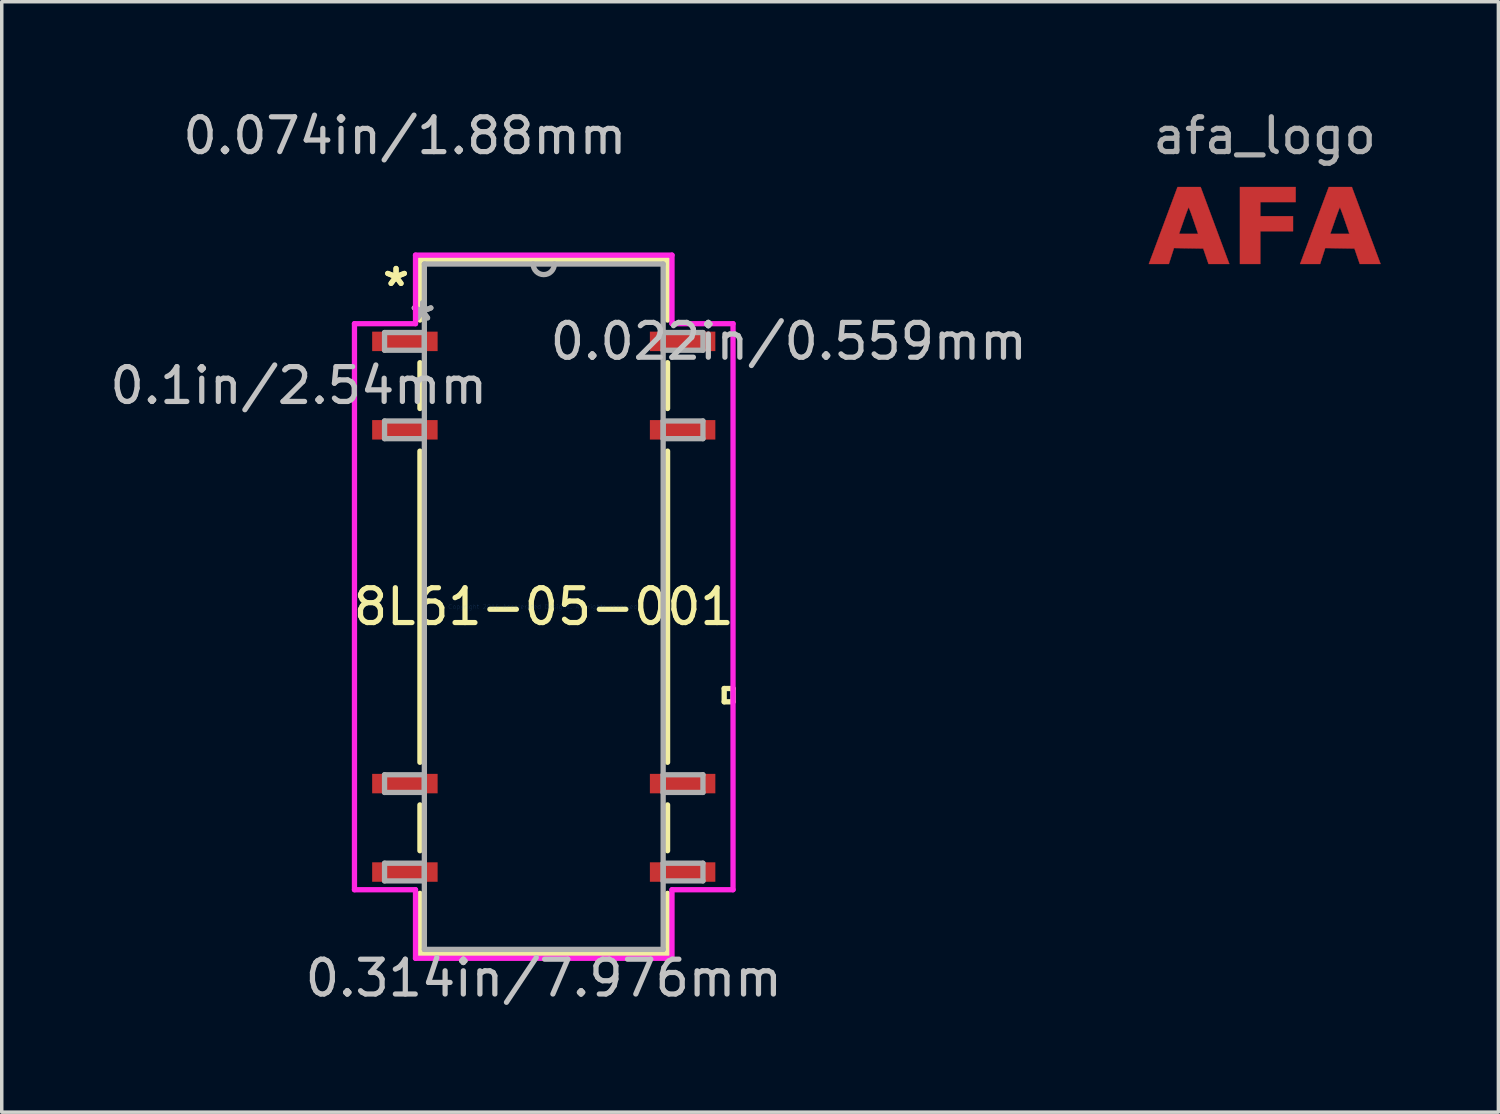
<source format=kicad_pcb>
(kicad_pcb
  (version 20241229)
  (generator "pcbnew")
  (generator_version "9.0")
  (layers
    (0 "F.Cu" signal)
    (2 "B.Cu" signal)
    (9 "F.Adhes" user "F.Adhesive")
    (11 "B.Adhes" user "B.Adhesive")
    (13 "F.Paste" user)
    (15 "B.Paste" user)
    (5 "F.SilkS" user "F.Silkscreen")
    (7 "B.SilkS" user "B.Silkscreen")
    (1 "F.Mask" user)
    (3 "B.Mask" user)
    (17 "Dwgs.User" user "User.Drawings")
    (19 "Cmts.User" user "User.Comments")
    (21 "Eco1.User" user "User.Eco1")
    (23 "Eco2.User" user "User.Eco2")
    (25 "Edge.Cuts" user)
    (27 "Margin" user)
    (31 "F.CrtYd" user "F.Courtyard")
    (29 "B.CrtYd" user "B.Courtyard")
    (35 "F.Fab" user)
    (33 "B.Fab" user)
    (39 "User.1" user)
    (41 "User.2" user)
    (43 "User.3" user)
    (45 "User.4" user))
  (footprint "afa_logo"
    (layer "F.Cu")
    (at 33.271 3.388)
    (property "Reference" "afa_logo" (at 0 -2.54 0) (layer "F.Fab") (effects (font (size 1 1) (thickness 0.15))))
    (attr through_hole)
    (fp_poly (pts (xy 0.889 -0.635) (xy -0.127 -0.635) (xy -0.127 -0.229) (xy 0.813 -0.229) (xy 0.813 0.203) (xy -0.127 0.203) (xy -0.127 1.143) (xy -0.711 1.143) (xy -0.711 -1.067) (xy 0.889 -1.067) (xy 0.889 -0.635)) (stroke (width 0.01) (type solid)) (fill yes) (layer "F.Cu"))
    (fp_poly (pts (xy -1.488 -0.121) (xy -1.408 0.094) (xy -1.331 0.3) (xy -1.26 0.491) (xy -1.197 0.66) (xy -1.144 0.802) (xy -1.104 0.909) (xy -1.079 0.977) (xy -1.076 0.984) (xy -1.016 1.143) (xy -1.613 1.143) (xy -1.765 0.699) (xy -2.606 0.685) (xy -2.68 0.914) (xy -2.753 1.143) (xy -3.327 1.143) (xy -3.268 0.984) (xy -3.246 0.925) (xy -3.208 0.825) (xy -3.158 0.689) (xy -3.096 0.524) (xy -3.027 0.337) (xy -3.005 0.279) (xy -2.461 0.279) (xy -1.911 0.279) (xy -2.041 -0.101) (xy -2.086 -0.231) (xy -2.126 -0.341) (xy -2.158 -0.425) (xy -2.179 -0.473) (xy -2.184 -0.482) (xy -2.197 -0.459) (xy -2.222 -0.397) (xy -2.258 -0.302) (xy -2.3 -0.184) (xy -2.329 -0.101) (xy -2.461 0.279) (xy -3.005 0.279) (xy -2.951 0.134) (xy -2.871 -0.08) (xy -2.856 -0.121) (xy -2.503 -1.067) (xy -1.84 -1.067) (xy -1.488 -0.121)) (stroke (width 0.01) (type solid)) (fill yes) (layer "F.Cu"))
    (fp_poly (pts (xy 2.856 -0.121) (xy 2.936 0.094) (xy 3.012 0.3) (xy 3.084 0.491) (xy 3.147 0.66) (xy 3.199 0.802) (xy 3.24 0.909) (xy 3.265 0.977) (xy 3.268 0.984) (xy 3.327 1.143) (xy 2.73 1.143) (xy 2.578 0.699) (xy 1.737 0.685) (xy 1.664 0.914) (xy 1.591 1.143) (xy 1.016 1.143) (xy 1.076 0.984) (xy 1.098 0.925) (xy 1.135 0.825) (xy 1.186 0.689) (xy 1.247 0.524) (xy 1.317 0.337) (xy 1.338 0.279) (xy 1.882 0.279) (xy 2.433 0.279) (xy 2.302 -0.101) (xy 2.257 -0.231) (xy 2.217 -0.341) (xy 2.185 -0.425) (xy 2.165 -0.473) (xy 2.159 -0.482) (xy 2.147 -0.459) (xy 2.121 -0.397) (xy 2.086 -0.302) (xy 2.043 -0.184) (xy 2.014 -0.101) (xy 1.882 0.279) (xy 1.338 0.279) (xy 1.393 0.134) (xy 1.472 -0.08) (xy 1.488 -0.121) (xy 1.841 -1.067) (xy 2.503 -1.067) (xy 2.856 -0.121)) (stroke (width 0.01) (type solid)) (fill yes) (layer "F.Cu"))
    (fp_poly (pts (xy 2.337 -1.447) (xy 2.461 -1.445) (xy 2.551 -1.44) (xy 2.616 -1.432) (xy 2.665 -1.42) (xy 2.707 -1.403) (xy 2.715 -1.398) (xy 2.74 -1.386) (xy 2.762 -1.373) (xy 2.782 -1.357) (xy 2.803 -1.332) (xy 2.825 -1.296) (xy 2.851 -1.245) (xy 2.883 -1.174) (xy 2.922 -1.079) (xy 2.97 -0.958) (xy 3.028 -0.806) (xy 3.099 -0.618) (xy 3.183 -0.392) (xy 3.283 -0.124) (xy 3.315 -0.038) (xy 3.415 0.231) (xy 3.498 0.457) (xy 3.565 0.644) (xy 3.618 0.798) (xy 3.657 0.922) (xy 3.684 1.022) (xy 3.7 1.102) (xy 3.706 1.166) (xy 3.703 1.219) (xy 3.693 1.266) (xy 3.676 1.31) (xy 3.664 1.335) (xy 3.628 1.399) (xy 3.582 1.447) (xy 3.519 1.481) (xy 3.433 1.504) (xy 3.316 1.517) (xy 3.16 1.523) (xy 3.023 1.524) (xy 2.864 1.523) (xy 2.747 1.52) (xy 2.662 1.515) (xy 2.601 1.505) (xy 2.553 1.491) (xy 2.517 1.475) (xy 2.442 1.417) (xy 2.379 1.325) (xy 2.322 1.192) (xy 2.3 1.124) (xy 2.282 1.089) (xy 2.246 1.072) (xy 2.178 1.067) (xy 2.159 1.067) (xy 2.082 1.07) (xy 2.041 1.084) (xy 2.021 1.115) (xy 2.018 1.124) (xy 1.963 1.276) (xy 1.903 1.385) (xy 1.833 1.455) (xy 1.801 1.475) (xy 1.756 1.494) (xy 1.706 1.508) (xy 1.639 1.516) (xy 1.548 1.521) (xy 1.421 1.524) (xy 1.31 1.524) (xy 1.126 1.522) (xy 0.986 1.514) (xy 0.881 1.498) (xy 0.805 1.472) (xy 0.749 1.434) (xy 0.706 1.382) (xy 0.683 1.341) (xy 0.645 1.227) (xy 0.64 1.095) (xy 0.67 0.94) (xy 0.711 0.813) (xy 0.745 0.719) (xy 0.772 0.644) (xy 0.786 0.601) (xy 0.787 0.595) (xy 0.764 0.591) (xy 0.7 0.587) (xy 0.606 0.585) (xy 0.521 0.584) (xy 0.254 0.584) (xy 0.254 0.915) (xy 0.253 1.06) (xy 0.248 1.165) (xy 0.239 1.24) (xy 0.225 1.297) (xy 0.206 1.341) (xy 0.181 1.387) (xy 0.154 1.425) (xy 0.12 1.454) (xy 0.074 1.478) (xy 0.011 1.495) (xy -0.074 1.507) (xy -0.187 1.515) (xy -0.333 1.52) (xy -0.517 1.522) (xy -0.744 1.523) (xy -0.878 1.523) (xy -1.111 1.523) (xy -1.298 1.522) (xy -1.446 1.521) (xy -1.56 1.518) (xy -1.646 1.514) (xy -1.709 1.508) (xy -1.755 1.5) (xy -1.79 1.49) (xy -1.82 1.478) (xy -1.827 1.474) (xy -1.902 1.417) (xy -1.966 1.323) (xy -2.023 1.187) (xy -2.044 1.124) (xy -2.061 1.089) (xy -2.097 1.072) (xy -2.166 1.067) (xy -2.184 1.067) (xy -2.261 1.07) (xy -2.302 1.084) (xy -2.322 1.115) (xy -2.325 1.124) (xy -2.38 1.276) (xy -2.441 1.385) (xy -2.511 1.455) (xy -2.543 1.475) (xy -2.586 1.494) (xy -2.636 1.507) (xy -2.701 1.516) (xy -2.79 1.521) (xy -2.914 1.523) (xy -3.041 1.523) (xy -3.199 1.522) (xy -3.316 1.518) (xy -3.401 1.512) (xy -3.461 1.501) (xy -3.507 1.486) (xy -3.528 1.476) (xy -3.6 1.421) (xy -3.658 1.349) (xy -3.66 1.344) (xy -3.682 1.299) (xy -3.698 1.255) (xy -3.706 1.206) (xy -3.706 1.148) (xy -3.697 1.077) (xy -3.676 0.989) (xy -3.644 0.878) (xy -3.599 0.74) (xy -3.54 0.571) (xy -3.465 0.365) (xy -3.374 0.12) (xy -3.315 -0.04) (xy -3.21 -0.321) (xy -3.121 -0.559) (xy -3.047 -0.757) (xy -2.985 -0.918) (xy -2.935 -1.048) (xy -2.893 -1.15) (xy -2.86 -1.227) (xy -2.832 -1.284) (xy -2.809 -1.324) (xy -2.788 -1.351) (xy -2.767 -1.369) (xy -2.746 -1.382) (xy -2.723 -1.395) (xy -2.715 -1.398) (xy -2.674 -1.417) (xy -2.627 -1.43) (xy -2.566 -1.439) (xy -2.482 -1.444) (xy -2.366 -1.447) (xy -2.21 -1.448) (xy -2.172 -1.448) (xy -2.006 -1.447) (xy -1.883 -1.445) (xy -1.793 -1.44) (xy -1.728 -1.432) (xy -1.679 -1.42) (xy -1.637 -1.403) (xy -1.627 -1.398) (xy -1.593 -1.379) (xy -1.563 -1.354) (xy -1.534 -1.32) (xy -1.504 -1.27) (xy -1.469 -1.198) (xy -1.427 -1.101) (xy -1.376 -0.971) (xy -1.313 -0.804) (xy -1.241 -0.61) (xy -1.105 -0.241) (xy -1.092 -0.724) (xy -1.086 -0.914) (xy -1.078 -1.06) (xy -1.067 -1.17) (xy -1.049 -1.25) (xy -1.024 -1.307) (xy -0.99 -1.348) (xy -0.944 -1.381) (xy -0.91 -1.399) (xy -0.882 -1.412) (xy -0.85 -1.422) (xy -0.808 -1.431) (xy -0.751 -1.437) (xy -0.673 -1.441) (xy -0.569 -1.444) (xy -0.434 -1.446) (xy -0.262 -1.447) (xy -0.047 -1.448) (xy 0.087 -1.448) (xy 0.329 -1.448) (xy 0.525 -1.447) (xy 0.681 -1.445) (xy 0.802 -1.442) (xy 0.895 -1.438) (xy 0.963 -1.433) (xy 1.013 -1.425) (xy 1.05 -1.416) (xy 1.08 -1.404) (xy 1.081 -1.404) (xy 1.161 -1.351) (xy 1.217 -1.275) (xy 1.252 -1.17) (xy 1.269 -1.028) (xy 1.271 -0.934) (xy 1.272 -0.699) (xy 1.335 -0.864) (xy 1.403 -1.044) (xy 1.46 -1.183) (xy 1.513 -1.286) (xy 1.571 -1.358) (xy 1.64 -1.405) (xy 1.729 -1.432) (xy 1.846 -1.444) (xy 1.998 -1.448) (xy 2.172 -1.448) (xy 2.337 -1.447)) (stroke (width 0.01) (type solid)) (fill yes) (layer "F.Mask")))
  (footprint "8L61-05-001"
    (layer "F.Cu")
    (at 12.566 14.374)
    (property "Reference" "8L61-05-001" (at 0 0 0) (layer "F.SilkS") (effects (font (size 1 1) (thickness 0.15))))
    (attr through_hole)
    (fp_line (start -3.556 -9.97) (end -3.556 -8.232) (stroke (width 0.152) (type solid)) (layer "F.SilkS"))
    (fp_line (start -3.556 -7.008) (end -3.556 -5.692) (stroke (width 0.152) (type solid)) (layer "F.SilkS"))
    (fp_line (start -3.556 -4.468) (end -3.556 4.468) (stroke (width 0.152) (type solid)) (layer "F.SilkS"))
    (fp_line (start -3.556 5.692) (end -3.556 7.008) (stroke (width 0.152) (type solid)) (layer "F.SilkS"))
    (fp_line (start -3.556 8.232) (end -3.556 9.97) (stroke (width 0.152) (type solid)) (layer "F.SilkS"))
    (fp_line (start -3.556 9.97) (end 3.556 9.97) (stroke (width 0.152) (type solid)) (layer "F.SilkS"))
    (fp_line (start 3.556 -9.97) (end -3.556 -9.97) (stroke (width 0.152) (type solid)) (layer "F.SilkS"))
    (fp_line (start 3.556 -8.232) (end 3.556 -9.97) (stroke (width 0.152) (type solid)) (layer "F.SilkS"))
    (fp_line (start 3.556 -5.692) (end 3.556 -7.008) (stroke (width 0.152) (type solid)) (layer "F.SilkS"))
    (fp_line (start 3.556 4.468) (end 3.556 -4.468) (stroke (width 0.152) (type solid)) (layer "F.SilkS"))
    (fp_line (start 3.556 7.008) (end 3.556 5.692) (stroke (width 0.152) (type solid)) (layer "F.SilkS"))
    (fp_line (start 3.556 9.97) (end 3.556 8.232) (stroke (width 0.152) (type solid)) (layer "F.SilkS"))
    (fp_line (start 5.182 2.349) (end 5.436 2.349) (stroke (width 0.152) (type solid)) (layer "F.SilkS"))
    (fp_line (start 5.182 2.731) (end 5.182 2.349) (stroke (width 0.152) (type solid)) (layer "F.SilkS"))
    (fp_line (start 5.436 2.349) (end 5.436 2.731) (stroke (width 0.152) (type solid)) (layer "F.SilkS"))
    (fp_line (start 5.436 2.731) (end 5.182 2.731) (stroke (width 0.152) (type solid)) (layer "F.SilkS"))
    (fp_line (start -5.436 -8.128) (end -3.683 -8.128) (stroke (width 0.152) (type solid)) (layer "F.CrtYd"))
    (fp_line (start -5.436 8.128) (end -5.436 -8.128) (stroke (width 0.152) (type solid)) (layer "F.CrtYd"))
    (fp_line (start -3.683 -10.097) (end 3.683 -10.097) (stroke (width 0.152) (type solid)) (layer "F.CrtYd"))
    (fp_line (start -3.683 -8.128) (end -3.683 -10.097) (stroke (width 0.152) (type solid)) (layer "F.CrtYd"))
    (fp_line (start -3.683 8.128) (end -5.436 8.128) (stroke (width 0.152) (type solid)) (layer "F.CrtYd"))
    (fp_line (start -3.683 10.097) (end -3.683 8.128) (stroke (width 0.152) (type solid)) (layer "F.CrtYd"))
    (fp_line (start 3.683 -10.097) (end 3.683 -8.128) (stroke (width 0.152) (type solid)) (layer "F.CrtYd"))
    (fp_line (start 3.683 -8.128) (end 5.436 -8.128) (stroke (width 0.152) (type solid)) (layer "F.CrtYd"))
    (fp_line (start 3.683 8.128) (end 3.683 10.097) (stroke (width 0.152) (type solid)) (layer "F.CrtYd"))
    (fp_line (start 3.683 10.097) (end -3.683 10.097) (stroke (width 0.152) (type solid)) (layer "F.CrtYd"))
    (fp_line (start 5.436 -8.128) (end 5.436 8.128) (stroke (width 0.152) (type solid)) (layer "F.CrtYd"))
    (fp_line (start 5.436 8.128) (end 3.683 8.128) (stroke (width 0.152) (type solid)) (layer "F.CrtYd"))
    (fp_line (start -4.572 -7.874) (end -4.572 -7.366) (stroke (width 0.152) (type solid)) (layer "F.Fab"))
    (fp_line (start -4.572 -7.366) (end -3.429 -7.366) (stroke (width 0.152) (type solid)) (layer "F.Fab"))
    (fp_line (start -4.572 -5.334) (end -4.572 -4.826) (stroke (width 0.152) (type solid)) (layer "F.Fab"))
    (fp_line (start -4.572 -4.826) (end -3.429 -4.826) (stroke (width 0.152) (type solid)) (layer "F.Fab"))
    (fp_line (start -4.572 4.826) (end -4.572 5.334) (stroke (width 0.152) (type solid)) (layer "F.Fab"))
    (fp_line (start -4.572 5.334) (end -3.429 5.334) (stroke (width 0.152) (type solid)) (layer "F.Fab"))
    (fp_line (start -4.572 7.366) (end -4.572 7.874) (stroke (width 0.152) (type solid)) (layer "F.Fab"))
    (fp_line (start -4.572 7.874) (end -3.429 7.874) (stroke (width 0.152) (type solid)) (layer "F.Fab"))
    (fp_line (start -3.429 -9.842) (end -3.429 9.842) (stroke (width 0.152) (type solid)) (layer "F.Fab"))
    (fp_line (start -3.429 -7.874) (end -4.572 -7.874) (stroke (width 0.152) (type solid)) (layer "F.Fab"))
    (fp_line (start -3.429 -7.366) (end -3.429 -7.874) (stroke (width 0.152) (type solid)) (layer "F.Fab"))
    (fp_line (start -3.429 -5.334) (end -4.572 -5.334) (stroke (width 0.152) (type solid)) (layer "F.Fab"))
    (fp_line (start -3.429 -4.826) (end -3.429 -5.334) (stroke (width 0.152) (type solid)) (layer "F.Fab"))
    (fp_line (start -3.429 4.826) (end -4.572 4.826) (stroke (width 0.152) (type solid)) (layer "F.Fab"))
    (fp_line (start -3.429 5.334) (end -3.429 4.826) (stroke (width 0.152) (type solid)) (layer "F.Fab"))
    (fp_line (start -3.429 7.366) (end -4.572 7.366) (stroke (width 0.152) (type solid)) (layer "F.Fab"))
    (fp_line (start -3.429 7.874) (end -3.429 7.366) (stroke (width 0.152) (type solid)) (layer "F.Fab"))
    (fp_line (start -3.429 9.842) (end 3.429 9.842) (stroke (width 0.152) (type solid)) (layer "F.Fab"))
    (fp_line (start 3.429 -9.842) (end -3.429 -9.842) (stroke (width 0.152) (type solid)) (layer "F.Fab"))
    (fp_line (start 3.429 -7.874) (end 3.429 -7.366) (stroke (width 0.152) (type solid)) (layer "F.Fab"))
    (fp_line (start 3.429 -7.366) (end 4.572 -7.366) (stroke (width 0.152) (type solid)) (layer "F.Fab"))
    (fp_line (start 3.429 -5.334) (end 3.429 -4.826) (stroke (width 0.152) (type solid)) (layer "F.Fab"))
    (fp_line (start 3.429 -4.826) (end 4.572 -4.826) (stroke (width 0.152) (type solid)) (layer "F.Fab"))
    (fp_line (start 3.429 4.826) (end 3.429 5.334) (stroke (width 0.152) (type solid)) (layer "F.Fab"))
    (fp_line (start 3.429 5.334) (end 4.572 5.334) (stroke (width 0.152) (type solid)) (layer "F.Fab"))
    (fp_line (start 3.429 7.366) (end 3.429 7.874) (stroke (width 0.152) (type solid)) (layer "F.Fab"))
    (fp_line (start 3.429 7.874) (end 4.572 7.874) (stroke (width 0.152) (type solid)) (layer "F.Fab"))
    (fp_line (start 3.429 9.842) (end 3.429 -9.842) (stroke (width 0.152) (type solid)) (layer "F.Fab"))
    (fp_line (start 4.572 -7.874) (end 3.429 -7.874) (stroke (width 0.152) (type solid)) (layer "F.Fab"))
    (fp_line (start 4.572 -7.366) (end 4.572 -7.874) (stroke (width 0.152) (type solid)) (layer "F.Fab"))
    (fp_line (start 4.572 -5.334) (end 3.429 -5.334) (stroke (width 0.152) (type solid)) (layer "F.Fab"))
    (fp_line (start 4.572 -4.826) (end 4.572 -5.334) (stroke (width 0.152) (type solid)) (layer "F.Fab"))
    (fp_line (start 4.572 4.826) (end 3.429 4.826) (stroke (width 0.152) (type solid)) (layer "F.Fab"))
    (fp_line (start 4.572 5.334) (end 4.572 4.826) (stroke (width 0.152) (type solid)) (layer "F.Fab"))
    (fp_line (start 4.572 7.366) (end 3.429 7.366) (stroke (width 0.152) (type solid)) (layer "F.Fab"))
    (fp_line (start 4.572 7.874) (end 4.572 7.366) (stroke (width 0.152) (type solid)) (layer "F.Fab"))
    (fp_arc (start 0.3048 -9.8425) (mid 0 -9.5377) (end -0.3048 -9.8425) (stroke (width 0.1524) (type solid)) (layer "F.Fab"))
    (fp_text user "*" (at -4.242 -9.169 0) (layer "F.SilkS") (effects (font (size 1 1) (thickness 0.15))))
    (fp_text user "*" (at -4.242 -9.169 0) (layer "F.SilkS") (effects (font (size 1 1) (thickness 0.15))))
    (fp_text user "0.074in/1.88mm" (at -3.988 -13.525 0) (layer "Dwgs.User") (effects (font (size 1 1) (thickness 0.15))))
    (fp_text user "0.314in/7.976mm" (at 0 10.668 0) (layer "Dwgs.User") (effects (font (size 1 1) (thickness 0.15))))
    (fp_text user "0.022in/0.559mm" (at 7.036 -7.62 0) (layer "Dwgs.User") (effects (font (size 1 1) (thickness 0.15))))
    (fp_text user "0.1in/2.54mm" (at -7.036 -6.35 0) (layer "Dwgs.User") (effects (font (size 1 1) (thickness 0.15))))
    (fp_text user "Copyright 2016 Accelerated Designs. All rights reserved." (at 0 0 0) (layer "Cmts.User") (effects (font (size 0.127 0.127) (thickness 0.002))))
    (fp_text user "*" (at -3.48 -8.179 0) (layer "F.Fab") (effects (font (size 1 1) (thickness 0.15))))
    (fp_text user "*" (at -3.48 -8.179 0) (layer "F.Fab") (effects (font (size 1 1) (thickness 0.15))))
    (pad "1" smd rect (at -3.988 -7.62) (size 1.88 0.559) (layers "F.Cu" "F.Mask" "F.Paste"))
    (pad "2" smd rect (at -3.988 -5.08) (size 1.88 0.559) (layers "F.Cu" "F.Mask" "F.Paste"))
    (pad "6" smd rect (at -3.988 5.08) (size 1.88 0.559) (layers "F.Cu" "F.Mask" "F.Paste"))
    (pad "7" smd rect (at -3.988 7.62) (size 1.88 0.559) (layers "F.Cu" "F.Mask" "F.Paste"))
    (pad "8" smd rect (at 3.988 7.62) (size 1.88 0.559) (layers "F.Cu" "F.Mask" "F.Paste"))
    (pad "9" smd rect (at 3.988 5.08) (size 1.88 0.559) (layers "F.Cu" "F.Mask" "F.Paste"))
    (pad "13" smd rect (at 3.988 -5.08) (size 1.88 0.559) (layers "F.Cu" "F.Mask" "F.Paste"))
    (pad "14" smd rect (at 3.988 -7.62) (size 1.88 0.559) (layers "F.Cu" "F.Mask" "F.Paste")))
  (gr_rect
    (start -3 -3)
    (end 39.982 28.89)
    (stroke (width 0.1) (type default))
    (fill no)
    (layer "Edge.Cuts")))
</source>
